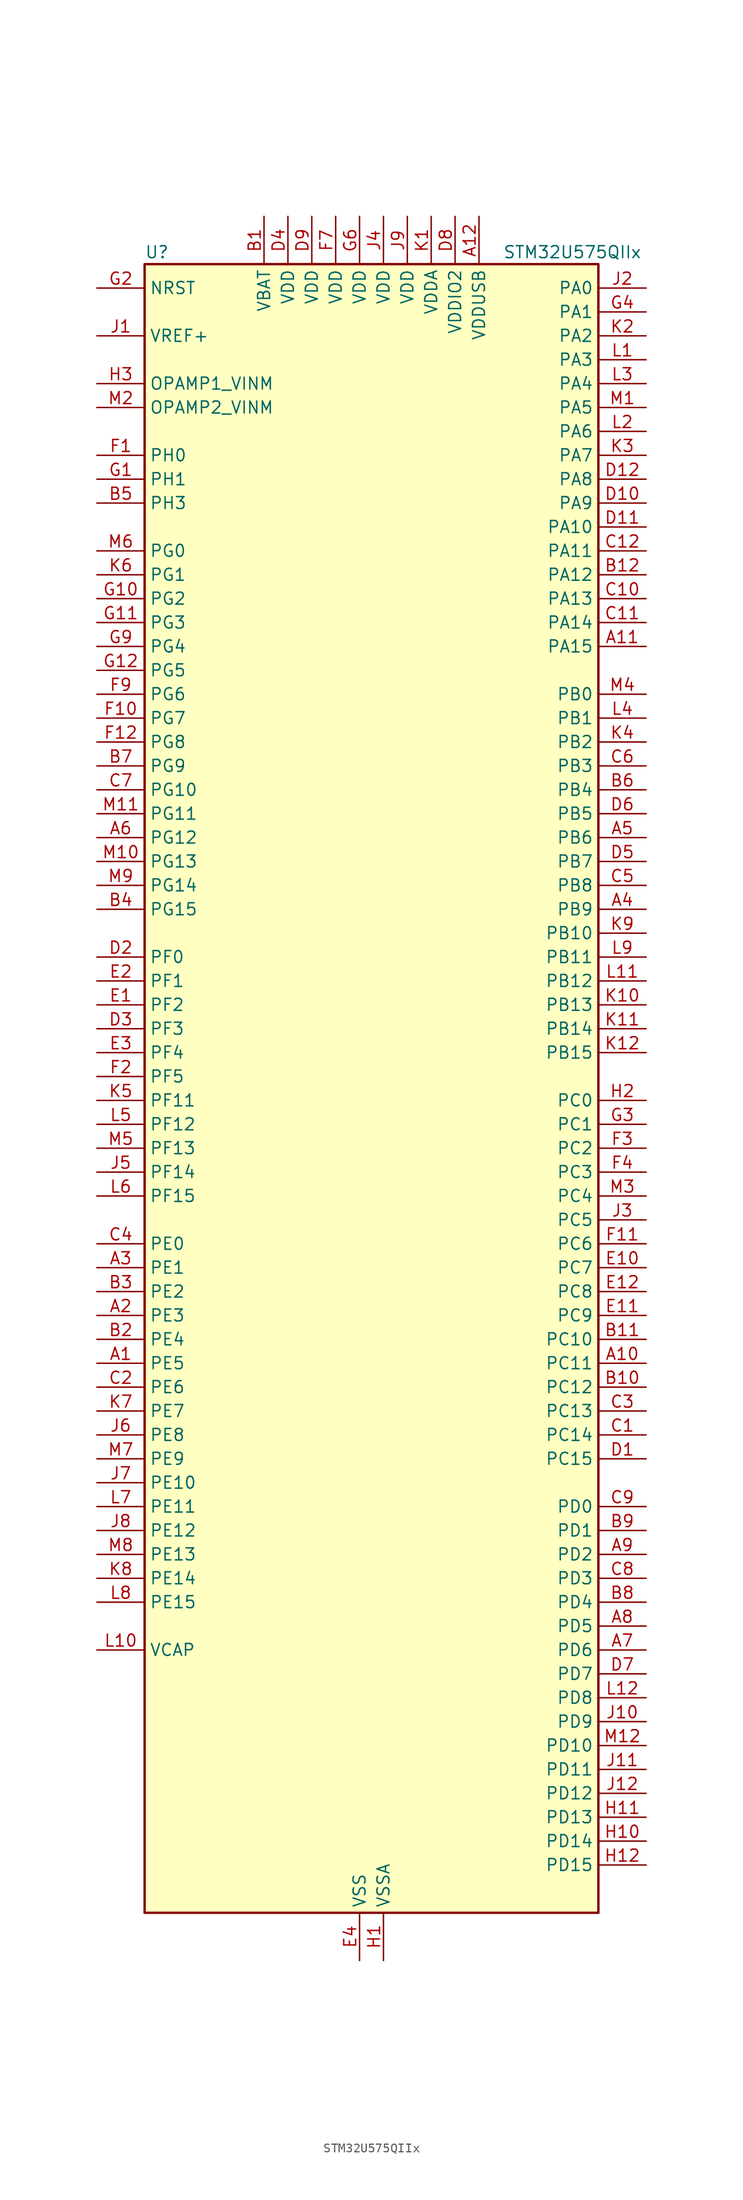
<source format=kicad_sym>
(kicad_symbol_lib
  (version 20211014)
  (generator kicad-library-utils)
  (symbol "STM32U575QIIx"
    (property "Reference" "U"
      (at -22.86 90.17 0)
      (effects (font (size 1.27 1.27)) (justify left)))
    (property "Value" "STM32U575QIIx"
      (at 15.24 90.17 0)
      (effects (font (size 1.27 1.27)) (justify left)))
    (property "ki_fp_filters" "*UFBGA*7x7mm*Layout12x12*P0.5mm*"
      (at 0.0 0.0 0.0)
      (effects (font (size 1.27 1.27))))
    (symbol "STM32U575QIIx_0_1"
      (rectangle (start -22.86 -86.36) (end 25.4 88.9) (stroke (width 0.254)) (fill (type background))))
    (symbol "STM32U575QIIx_1_1"
      (pin input line (at -27.94 86.36 0) (length 5.08) (name "NRST" (effects (font (size 1.27 1.27)))) (number "G2" (effects (font (size 1.27 1.27)))))
      (pin input line (at -27.94 81.28 0) (length 5.08) (name "VREF+" (effects (font (size 1.27 1.27)))) (number "J1" (effects (font (size 1.27 1.27)))) (alternate "VREFBUF_OUT" bidirectional line))
      (pin bidirectional line (at -27.94 76.2 0) (length 5.08) (name "OPAMP1_VINM" (effects (font (size 1.27 1.27)))) (number "H3" (effects (font (size 1.27 1.27)))) (alternate "OPAMP1_VINM" bidirectional line))
      (pin bidirectional line (at -27.94 73.66 0) (length 5.08) (name "OPAMP2_VINM" (effects (font (size 1.27 1.27)))) (number "M2" (effects (font (size 1.27 1.27)))) (alternate "OPAMP2_VINM" bidirectional line))
      (pin bidirectional line (at -27.94 68.58 0) (length 5.08) (name "PH0" (effects (font (size 1.27 1.27)))) (number "F1" (effects (font (size 1.27 1.27)))) (alternate "RCC_OSC_IN" bidirectional line))
      (pin bidirectional line (at -27.94 66.04 0) (length 5.08) (name "PH1" (effects (font (size 1.27 1.27)))) (number "G1" (effects (font (size 1.27 1.27)))) (alternate "RCC_OSC_OUT" bidirectional line))
      (pin bidirectional line (at -27.94 63.5 0) (length 5.08) (name "PH3" (effects (font (size 1.27 1.27)))) (number "B5" (effects (font (size 1.27 1.27)))))
      (pin bidirectional line (at -27.94 58.42 0) (length 5.08) (name "PG0" (effects (font (size 1.27 1.27)))) (number "M6" (effects (font (size 1.27 1.27)))) (alternate "ADC4_IN7" bidirectional line) (alternate "FMC_A10" bidirectional line) (alternate "OCTOSPIM_P2_IO4" bidirectional line) (alternate "TSC_G8_IO3" bidirectional line))
      (pin bidirectional line (at -27.94 55.88 0) (length 5.08) (name "PG1" (effects (font (size 1.27 1.27)))) (number "K6" (effects (font (size 1.27 1.27)))) (alternate "ADC4_IN8" bidirectional line) (alternate "FMC_A11" bidirectional line) (alternate "OCTOSPIM_P2_IO5" bidirectional line) (alternate "TSC_G8_IO4" bidirectional line))
      (pin bidirectional line (at -27.94 53.34 0) (length 5.08) (name "PG2" (effects (font (size 1.27 1.27)))) (number "G10" (effects (font (size 1.27 1.27)))) (alternate "FMC_A12" bidirectional line) (alternate "SAI2_SCK_B" bidirectional line) (alternate "SPI1_SCK" bidirectional line))
      (pin bidirectional line (at -27.94 50.8 0) (length 5.08) (name "PG3" (effects (font (size 1.27 1.27)))) (number "G11" (effects (font (size 1.27 1.27)))) (alternate "FMC_A13" bidirectional line) (alternate "SAI2_FS_B" bidirectional line) (alternate "SPI1_MISO" bidirectional line))
      (pin bidirectional line (at -27.94 48.26 0) (length 5.08) (name "PG4" (effects (font (size 1.27 1.27)))) (number "G9" (effects (font (size 1.27 1.27)))) (alternate "FMC_A14" bidirectional line) (alternate "SAI2_MCLK_B" bidirectional line) (alternate "SPI1_MOSI" bidirectional line))
      (pin bidirectional line (at -27.94 45.72 0) (length 5.08) (name "PG5" (effects (font (size 1.27 1.27)))) (number "G12" (effects (font (size 1.27 1.27)))) (alternate "FMC_A15" bidirectional line) (alternate "LPUART1_CTS" bidirectional line) (alternate "SAI2_SD_B" bidirectional line) (alternate "SPI1_NSS" bidirectional line))
      (pin bidirectional line (at -27.94 43.18 0) (length 5.08) (name "PG6" (effects (font (size 1.27 1.27)))) (number "F9" (effects (font (size 1.27 1.27)))) (alternate "I2C3_SMBA" bidirectional line) (alternate "LPUART1_DE" bidirectional line) (alternate "LPUART1_RTS" bidirectional line) (alternate "OCTOSPIM_P1_DQS" bidirectional line) (alternate "SPI1_RDY" bidirectional line) (alternate "UCPD1_FRSTX1" bidirectional line))
      (pin bidirectional line (at -27.94 40.64 0) (length 5.08) (name "PG7" (effects (font (size 1.27 1.27)))) (number "F10" (effects (font (size 1.27 1.27)))) (alternate "FMC_INT" bidirectional line) (alternate "I2C3_SCL" bidirectional line) (alternate "LPUART1_TX" bidirectional line) (alternate "MDF1_CCK0" bidirectional line) (alternate "OCTOSPIM_P2_DQS" bidirectional line) (alternate "SAI1_CK1" bidirectional line) (alternate "SAI1_MCLK_A" bidirectional line) (alternate "UCPD1_FRSTX2" bidirectional line))
      (pin bidirectional line (at -27.94 38.1 0) (length 5.08) (name "PG8" (effects (font (size 1.27 1.27)))) (number "F12" (effects (font (size 1.27 1.27)))) (alternate "I2C3_SDA" bidirectional line) (alternate "LPUART1_RX" bidirectional line))
      (pin bidirectional line (at -27.94 35.56 0) (length 5.08) (name "PG9" (effects (font (size 1.27 1.27)))) (number "B7" (effects (font (size 1.27 1.27)))) (alternate "DAC1_EXTI9" bidirectional line) (alternate "FMC_NCE" bidirectional line) (alternate "FMC_NE2" bidirectional line) (alternate "OCTOSPIM_P2_IO6" bidirectional line) (alternate "SAI2_SCK_A" bidirectional line) (alternate "SPI3_SCK" bidirectional line) (alternate "TIM15_CH1N" bidirectional line) (alternate "USART1_TX" bidirectional line))
      (pin bidirectional line (at -27.94 33.02 0) (length 5.08) (name "PG10" (effects (font (size 1.27 1.27)))) (number "C7" (effects (font (size 1.27 1.27)))) (alternate "FMC_NE3" bidirectional line) (alternate "LPTIM1_IN1" bidirectional line) (alternate "OCTOSPIM_P2_IO7" bidirectional line) (alternate "SAI2_FS_A" bidirectional line) (alternate "SPI3_MISO" bidirectional line) (alternate "TIM15_CH1" bidirectional line) (alternate "USART1_RX" bidirectional line))
      (pin bidirectional line (at -27.94 30.48 0) (length 5.08) (name "PG11" (effects (font (size 1.27 1.27)))) (number "M11" (effects (font (size 1.27 1.27)))) (alternate "ADC1_EXTI11" bidirectional line) (alternate "LPTIM1_IN2" bidirectional line) (alternate "OCTOSPIM_P1_IO5" bidirectional line) (alternate "SAI2_MCLK_A" bidirectional line) (alternate "SPI3_MOSI" bidirectional line) (alternate "TIM15_CH2" bidirectional line) (alternate "USART1_CTS" bidirectional line))
      (pin bidirectional line (at -27.94 27.94 0) (length 5.08) (name "PG12" (effects (font (size 1.27 1.27)))) (number "A6" (effects (font (size 1.27 1.27)))) (alternate "FMC_NE4" bidirectional line) (alternate "LPTIM1_ETR" bidirectional line) (alternate "OCTOSPIM_P2_NCS" bidirectional line) (alternate "SAI2_SD_A" bidirectional line) (alternate "SPI3_NSS" bidirectional line) (alternate "USART1_DE" bidirectional line) (alternate "USART1_RTS" bidirectional line))
      (pin bidirectional line (at -27.94 25.4 0) (length 5.08) (name "PG13" (effects (font (size 1.27 1.27)))) (number "M10" (effects (font (size 1.27 1.27)))) (alternate "FMC_A24" bidirectional line) (alternate "I2C1_SDA" bidirectional line) (alternate "SPI3_RDY" bidirectional line) (alternate "USART1_CK" bidirectional line))
      (pin bidirectional line (at -27.94 22.86 0) (length 5.08) (name "PG14" (effects (font (size 1.27 1.27)))) (number "M9" (effects (font (size 1.27 1.27)))) (alternate "FMC_A25" bidirectional line) (alternate "I2C1_SCL" bidirectional line) (alternate "LPTIM1_CH2" bidirectional line))
      (pin bidirectional line (at -27.94 20.32 0) (length 5.08) (name "PG15" (effects (font (size 1.27 1.27)))) (number "B4" (effects (font (size 1.27 1.27)))) (alternate "ADC1_EXTI15" bidirectional line) (alternate "ADC4_EXTI15" bidirectional line) (alternate "DCMI_D13" bidirectional line) (alternate "I2C1_SMBA" bidirectional line) (alternate "LPTIM1_CH1" bidirectional line) (alternate "OCTOSPIM_P2_DQS" bidirectional line) (alternate "PSSI_D13" bidirectional line))
      (pin bidirectional line (at -27.94 15.24 0) (length 5.08) (name "PF0" (effects (font (size 1.27 1.27)))) (number "D2" (effects (font (size 1.27 1.27)))) (alternate "FMC_A0" bidirectional line) (alternate "I2C2_SDA" bidirectional line) (alternate "OCTOSPIM_P2_IO0" bidirectional line))
      (pin bidirectional line (at -27.94 12.7 0) (length 5.08) (name "PF1" (effects (font (size 1.27 1.27)))) (number "E2" (effects (font (size 1.27 1.27)))) (alternate "FMC_A1" bidirectional line) (alternate "I2C2_SCL" bidirectional line) (alternate "OCTOSPIM_P2_IO1" bidirectional line))
      (pin bidirectional line (at -27.94 10.16 0) (length 5.08) (name "PF2" (effects (font (size 1.27 1.27)))) (number "E1" (effects (font (size 1.27 1.27)))) (alternate "FMC_A2" bidirectional line) (alternate "I2C2_SMBA" bidirectional line) (alternate "LPTIM3_CH2" bidirectional line) (alternate "OCTOSPIM_P2_IO2" bidirectional line) (alternate "PWR_WKUP8" bidirectional line))
      (pin bidirectional line (at -27.94 7.62 0) (length 5.08) (name "PF3" (effects (font (size 1.27 1.27)))) (number "D3" (effects (font (size 1.27 1.27)))) (alternate "FMC_A3" bidirectional line) (alternate "LPTIM3_IN1" bidirectional line) (alternate "OCTOSPIM_P2_IO3" bidirectional line))
      (pin bidirectional line (at -27.94 5.08 0) (length 5.08) (name "PF4" (effects (font (size 1.27 1.27)))) (number "E3" (effects (font (size 1.27 1.27)))) (alternate "FMC_A4" bidirectional line) (alternate "LPTIM3_ETR" bidirectional line) (alternate "OCTOSPIM_P2_CLK" bidirectional line))
      (pin bidirectional line (at -27.94 2.54 0) (length 5.08) (name "PF5" (effects (font (size 1.27 1.27)))) (number "F2" (effects (font (size 1.27 1.27)))) (alternate "FMC_A5" bidirectional line) (alternate "LPTIM3_CH1" bidirectional line) (alternate "OCTOSPIM_P2_NCLK" bidirectional line))
      (pin bidirectional line (at -27.94 0.0 0) (length 5.08) (name "PF11" (effects (font (size 1.27 1.27)))) (number "K5" (effects (font (size 1.27 1.27)))) (alternate "ADC1_EXTI11" bidirectional line) (alternate "DCMI_D12" bidirectional line) (alternate "LPTIM4_IN1" bidirectional line) (alternate "OCTOSPIM_P1_NCLK" bidirectional line) (alternate "PSSI_D12" bidirectional line))
      (pin bidirectional line (at -27.94 -2.54 0) (length 5.08) (name "PF12" (effects (font (size 1.27 1.27)))) (number "L5" (effects (font (size 1.27 1.27)))) (alternate "FMC_A6" bidirectional line) (alternate "LPTIM4_ETR" bidirectional line) (alternate "OCTOSPIM_P2_DQS" bidirectional line))
      (pin bidirectional line (at -27.94 -5.08 0) (length 5.08) (name "PF13" (effects (font (size 1.27 1.27)))) (number "M5" (effects (font (size 1.27 1.27)))) (alternate "FMC_A7" bidirectional line) (alternate "I2C4_SMBA" bidirectional line) (alternate "LPTIM4_OUT" bidirectional line) (alternate "UCPD1_FRSTX2" bidirectional line))
      (pin bidirectional line (at -27.94 -7.62 0) (length 5.08) (name "PF14" (effects (font (size 1.27 1.27)))) (number "J5" (effects (font (size 1.27 1.27)))) (alternate "ADC4_IN5" bidirectional line) (alternate "FMC_A8" bidirectional line) (alternate "I2C4_SCL" bidirectional line) (alternate "TSC_G8_IO1" bidirectional line))
      (pin bidirectional line (at -27.94 -10.16 0) (length 5.08) (name "PF15" (effects (font (size 1.27 1.27)))) (number "L6" (effects (font (size 1.27 1.27)))) (alternate "ADC1_EXTI15" bidirectional line) (alternate "ADC4_EXTI15" bidirectional line) (alternate "ADC4_IN6" bidirectional line) (alternate "FMC_A9" bidirectional line) (alternate "I2C4_SDA" bidirectional line) (alternate "TSC_G8_IO2" bidirectional line))
      (pin bidirectional line (at -27.94 -15.24 0) (length 5.08) (name "PE0" (effects (font (size 1.27 1.27)))) (number "C4" (effects (font (size 1.27 1.27)))) (alternate "DCMI_D2" bidirectional line) (alternate "FMC_NBL0" bidirectional line) (alternate "PSSI_D2" bidirectional line) (alternate "TIM16_CH1" bidirectional line) (alternate "TIM4_ETR" bidirectional line))
      (pin bidirectional line (at -27.94 -17.78 0) (length 5.08) (name "PE1" (effects (font (size 1.27 1.27)))) (number "A3" (effects (font (size 1.27 1.27)))) (alternate "DCMI_D3" bidirectional line) (alternate "FMC_NBL1" bidirectional line) (alternate "PSSI_D3" bidirectional line) (alternate "TIM17_CH1" bidirectional line))
      (pin bidirectional line (at -27.94 -20.32 0) (length 5.08) (name "PE2" (effects (font (size 1.27 1.27)))) (number "B3" (effects (font (size 1.27 1.27)))) (alternate "DEBUG_TRACECLK" bidirectional line) (alternate "FMC_A23" bidirectional line) (alternate "SAI1_CK1" bidirectional line) (alternate "SAI1_MCLK_A" bidirectional line) (alternate "TIM3_ETR" bidirectional line) (alternate "TSC_G7_IO1" bidirectional line))
      (pin bidirectional line (at -27.94 -22.86 0) (length 5.08) (name "PE3" (effects (font (size 1.27 1.27)))) (number "A2" (effects (font (size 1.27 1.27)))) (alternate "DEBUG_TRACED0" bidirectional line) (alternate "FMC_A19" bidirectional line) (alternate "OCTOSPIM_P1_DQS" bidirectional line) (alternate "SAI1_SD_B" bidirectional line) (alternate "TAMP_IN6" bidirectional line) (alternate "TAMP_OUT3" bidirectional line) (alternate "TIM3_CH1" bidirectional line) (alternate "TSC_G7_IO2" bidirectional line))
      (pin bidirectional line (at -27.94 -25.4 0) (length 5.08) (name "PE4" (effects (font (size 1.27 1.27)))) (number "B2" (effects (font (size 1.27 1.27)))) (alternate "DCMI_D4" bidirectional line) (alternate "DEBUG_TRACED1" bidirectional line) (alternate "FMC_A20" bidirectional line) (alternate "MDF1_SDI3" bidirectional line) (alternate "PSSI_D4" bidirectional line) (alternate "PWR_WKUP1" bidirectional line) (alternate "SAI1_D2" bidirectional line) (alternate "SAI1_FS_A" bidirectional line) (alternate "TAMP_IN7" bidirectional line) (alternate "TAMP_OUT8" bidirectional line) (alternate "TIM3_CH2" bidirectional line) (alternate "TSC_G7_IO3" bidirectional line))
      (pin bidirectional line (at -27.94 -27.94 0) (length 5.08) (name "PE5" (effects (font (size 1.27 1.27)))) (number "A1" (effects (font (size 1.27 1.27)))) (alternate "DCMI_D6" bidirectional line) (alternate "DEBUG_TRACED2" bidirectional line) (alternate "FMC_A21" bidirectional line) (alternate "MDF1_CKI3" bidirectional line) (alternate "PSSI_D6" bidirectional line) (alternate "PWR_WKUP2" bidirectional line) (alternate "SAI1_CK2" bidirectional line) (alternate "SAI1_SCK_A" bidirectional line) (alternate "TAMP_IN8" bidirectional line) (alternate "TAMP_OUT7" bidirectional line) (alternate "TIM3_CH3" bidirectional line) (alternate "TSC_G7_IO4" bidirectional line))
      (pin bidirectional line (at -27.94 -30.48 0) (length 5.08) (name "PE6" (effects (font (size 1.27 1.27)))) (number "C2" (effects (font (size 1.27 1.27)))) (alternate "DCMI_D7" bidirectional line) (alternate "DEBUG_TRACED3" bidirectional line) (alternate "FMC_A22" bidirectional line) (alternate "PSSI_D7" bidirectional line) (alternate "PWR_WKUP3" bidirectional line) (alternate "SAI1_D1" bidirectional line) (alternate "SAI1_SD_A" bidirectional line) (alternate "TAMP_IN3" bidirectional line) (alternate "TAMP_OUT6" bidirectional line) (alternate "TIM3_CH4" bidirectional line))
      (pin bidirectional line (at -27.94 -33.02 0) (length 5.08) (name "PE7" (effects (font (size 1.27 1.27)))) (number "K7" (effects (font (size 1.27 1.27)))) (alternate "FMC_D4" bidirectional line) (alternate "FMC_DA4" bidirectional line) (alternate "MDF1_SDI2" bidirectional line) (alternate "PWR_WKUP6" bidirectional line) (alternate "SAI1_SD_B" bidirectional line) (alternate "TIM1_ETR" bidirectional line))
      (pin bidirectional line (at -27.94 -35.56 0) (length 5.08) (name "PE8" (effects (font (size 1.27 1.27)))) (number "J6" (effects (font (size 1.27 1.27)))) (alternate "FMC_D5" bidirectional line) (alternate "FMC_DA5" bidirectional line) (alternate "MDF1_CKI2" bidirectional line) (alternate "PWR_WKUP7" bidirectional line) (alternate "SAI1_SCK_B" bidirectional line) (alternate "TIM1_CH1N" bidirectional line))
      (pin bidirectional line (at -27.94 -38.1 0) (length 5.08) (name "PE9" (effects (font (size 1.27 1.27)))) (number "M7" (effects (font (size 1.27 1.27)))) (alternate "ADF1_CCK0" bidirectional line) (alternate "DAC1_EXTI9" bidirectional line) (alternate "FMC_D6" bidirectional line) (alternate "FMC_DA6" bidirectional line) (alternate "MDF1_CCK0" bidirectional line) (alternate "OCTOSPIM_P1_NCLK" bidirectional line) (alternate "SAI1_FS_B" bidirectional line) (alternate "TIM1_CH1" bidirectional line))
      (pin bidirectional line (at -27.94 -40.64 0) (length 5.08) (name "PE10" (effects (font (size 1.27 1.27)))) (number "J7" (effects (font (size 1.27 1.27)))) (alternate "ADF1_SDI0" bidirectional line) (alternate "FMC_D7" bidirectional line) (alternate "FMC_DA7" bidirectional line) (alternate "MDF1_SDI4" bidirectional line) (alternate "OCTOSPIM_P1_CLK" bidirectional line) (alternate "SAI1_MCLK_B" bidirectional line) (alternate "TIM1_CH2N" bidirectional line) (alternate "TSC_G5_IO1" bidirectional line))
      (pin bidirectional line (at -27.94 -43.18 0) (length 5.08) (name "PE11" (effects (font (size 1.27 1.27)))) (number "L7" (effects (font (size 1.27 1.27)))) (alternate "ADC1_EXTI11" bidirectional line) (alternate "FMC_D8" bidirectional line) (alternate "FMC_DA8" bidirectional line) (alternate "MDF1_CKI4" bidirectional line) (alternate "OCTOSPIM_P1_NCS" bidirectional line) (alternate "SPI1_RDY" bidirectional line) (alternate "TIM1_CH2" bidirectional line) (alternate "TSC_G5_IO2" bidirectional line))
      (pin bidirectional line (at -27.94 -45.72 0) (length 5.08) (name "PE12" (effects (font (size 1.27 1.27)))) (number "J8" (effects (font (size 1.27 1.27)))) (alternate "FMC_D9" bidirectional line) (alternate "FMC_DA9" bidirectional line) (alternate "MDF1_SDI5" bidirectional line) (alternate "OCTOSPIM_P1_IO0" bidirectional line) (alternate "SPI1_NSS" bidirectional line) (alternate "TIM1_CH3N" bidirectional line) (alternate "TSC_G5_IO3" bidirectional line))
      (pin bidirectional line (at -27.94 -48.26 0) (length 5.08) (name "PE13" (effects (font (size 1.27 1.27)))) (number "M8" (effects (font (size 1.27 1.27)))) (alternate "FMC_D10" bidirectional line) (alternate "FMC_DA10" bidirectional line) (alternate "MDF1_CKI5" bidirectional line) (alternate "OCTOSPIM_P1_IO1" bidirectional line) (alternate "SPI1_SCK" bidirectional line) (alternate "TIM1_CH3" bidirectional line) (alternate "TSC_G5_IO4" bidirectional line))
      (pin bidirectional line (at -27.94 -50.8 0) (length 5.08) (name "PE14" (effects (font (size 1.27 1.27)))) (number "K8" (effects (font (size 1.27 1.27)))) (alternate "FMC_D11" bidirectional line) (alternate "FMC_DA11" bidirectional line) (alternate "OCTOSPIM_P1_IO2" bidirectional line) (alternate "SPI1_MISO" bidirectional line) (alternate "TIM1_BKIN2" bidirectional line) (alternate "TIM1_CH4" bidirectional line))
      (pin bidirectional line (at -27.94 -53.34 0) (length 5.08) (name "PE15" (effects (font (size 1.27 1.27)))) (number "L8" (effects (font (size 1.27 1.27)))) (alternate "ADC1_EXTI15" bidirectional line) (alternate "ADC4_EXTI15" bidirectional line) (alternate "FMC_D12" bidirectional line) (alternate "FMC_DA12" bidirectional line) (alternate "OCTOSPIM_P1_IO3" bidirectional line) (alternate "SPI1_MOSI" bidirectional line) (alternate "TIM1_BKIN" bidirectional line) (alternate "TIM1_CH4N" bidirectional line))
      (pin power_out line (at -27.94 -58.42 0) (length 5.08) (name "VCAP" (effects (font (size 1.27 1.27)))) (number "L10" (effects (font (size 1.27 1.27)))))
      (pin bidirectional line (at 30.48 86.36 180) (length 5.08) (name "PA0" (effects (font (size 1.27 1.27)))) (number "J2" (effects (font (size 1.27 1.27)))) (alternate "ADC1_IN5" bidirectional line) (alternate "AUDIOCLK" bidirectional line) (alternate "OCTOSPIM_P2_NCS" bidirectional line) (alternate "OPAMP1_VINP" bidirectional line) (alternate "PWR_WKUP1" bidirectional line) (alternate "SDMMC2_CMD" bidirectional line) (alternate "SPI3_RDY" bidirectional line) (alternate "TAMP_IN2" bidirectional line) (alternate "TAMP_OUT1" bidirectional line) (alternate "TIM2_CH1" bidirectional line) (alternate "TIM2_ETR" bidirectional line) (alternate "TIM5_CH1" bidirectional line) (alternate "TIM8_ETR" bidirectional line) (alternate "UART4_TX" bidirectional line) (alternate "USART2_CTS" bidirectional line))
      (pin bidirectional line (at 30.48 83.82 180) (length 5.08) (name "PA1" (effects (font (size 1.27 1.27)))) (number "G4" (effects (font (size 1.27 1.27)))) (alternate "ADC1_IN6" bidirectional line) (alternate "I2C1_SMBA" bidirectional line) (alternate "LPTIM1_CH2" bidirectional line) (alternate "OCTOSPIM_P1_DQS" bidirectional line) (alternate "OPAMP1_VINM" bidirectional line) (alternate "PWR_WKUP3" bidirectional line) (alternate "SPI1_SCK" bidirectional line) (alternate "TAMP_IN5" bidirectional line) (alternate "TAMP_OUT4" bidirectional line) (alternate "TIM15_CH1N" bidirectional line) (alternate "TIM2_CH2" bidirectional line) (alternate "TIM5_CH2" bidirectional line) (alternate "UART4_RX" bidirectional line) (alternate "USART2_DE" bidirectional line) (alternate "USART2_RTS" bidirectional line))
      (pin bidirectional line (at 30.48 81.28 180) (length 5.08) (name "PA2" (effects (font (size 1.27 1.27)))) (number "K2" (effects (font (size 1.27 1.27)))) (alternate "ADC1_IN7" bidirectional line) (alternate "COMP1_INP" bidirectional line) (alternate "LPUART1_TX" bidirectional line) (alternate "OCTOSPIM_P1_NCS" bidirectional line) (alternate "PWR_WKUP4" bidirectional line) (alternate "RCC_LSCO" bidirectional line) (alternate "SPI1_RDY" bidirectional line) (alternate "TIM15_CH1" bidirectional line) (alternate "TIM2_CH3" bidirectional line) (alternate "TIM5_CH3" bidirectional line) (alternate "UCPD1_FRSTX1" bidirectional line) (alternate "USART2_TX" bidirectional line))
      (pin bidirectional line (at 30.48 78.74 180) (length 5.08) (name "PA3" (effects (font (size 1.27 1.27)))) (number "L1" (effects (font (size 1.27 1.27)))) (alternate "ADC1_IN8" bidirectional line) (alternate "LPUART1_RX" bidirectional line) (alternate "OCTOSPIM_P1_CLK" bidirectional line) (alternate "OPAMP1_VOUT" bidirectional line) (alternate "PWR_WKUP5" bidirectional line) (alternate "SAI1_CK1" bidirectional line) (alternate "SAI1_MCLK_A" bidirectional line) (alternate "TIM15_CH2" bidirectional line) (alternate "TIM2_CH4" bidirectional line) (alternate "TIM5_CH4" bidirectional line) (alternate "USART2_RX" bidirectional line))
      (pin bidirectional line (at 30.48 76.2 180) (length 5.08) (name "PA4" (effects (font (size 1.27 1.27)))) (number "L3" (effects (font (size 1.27 1.27)))) (alternate "ADC1_IN9" bidirectional line) (alternate "ADC4_IN9" bidirectional line) (alternate "DAC1_OUT1" bidirectional line) (alternate "DCMI_HSYNC" bidirectional line) (alternate "LPTIM2_CH1" bidirectional line) (alternate "OCTOSPIM_P1_NCS" bidirectional line) (alternate "PSSI_DE" bidirectional line) (alternate "PWR_WKUP2" bidirectional line) (alternate "SAI1_FS_B" bidirectional line) (alternate "SPI1_NSS" bidirectional line) (alternate "SPI3_NSS" bidirectional line) (alternate "USART2_CK" bidirectional line))
      (pin bidirectional line (at 30.48 73.66 180) (length 5.08) (name "PA5" (effects (font (size 1.27 1.27)))) (number "M1" (effects (font (size 1.27 1.27)))) (alternate "ADC1_IN10" bidirectional line) (alternate "ADC4_IN10" bidirectional line) (alternate "DAC1_OUT2" bidirectional line) (alternate "LPTIM2_ETR" bidirectional line) (alternate "PSSI_D14" bidirectional line) (alternate "PWR_CSLEEP" bidirectional line) (alternate "PWR_WKUP6" bidirectional line) (alternate "SPI1_SCK" bidirectional line) (alternate "TIM2_CH1" bidirectional line) (alternate "TIM2_ETR" bidirectional line) (alternate "TIM8_CH1N" bidirectional line) (alternate "USART3_RX" bidirectional line))
      (pin bidirectional line (at 30.48 71.12 180) (length 5.08) (name "PA6" (effects (font (size 1.27 1.27)))) (number "L2" (effects (font (size 1.27 1.27)))) (alternate "ADC1_IN11" bidirectional line) (alternate "ADC4_IN11" bidirectional line) (alternate "DCMI_PIXCLK" bidirectional line) (alternate "LPUART1_CTS" bidirectional line) (alternate "OCTOSPIM_P1_IO3" bidirectional line) (alternate "OPAMP2_VINP" bidirectional line) (alternate "PSSI_PDCK" bidirectional line) (alternate "PWR_CDSTOP" bidirectional line) (alternate "PWR_WKUP7" bidirectional line) (alternate "SPI1_MISO" bidirectional line) (alternate "TIM16_CH1" bidirectional line) (alternate "TIM1_BKIN" bidirectional line) (alternate "TIM3_CH1" bidirectional line) (alternate "TIM8_BKIN" bidirectional line) (alternate "USART3_CTS" bidirectional line))
      (pin bidirectional line (at 30.48 68.58 180) (length 5.08) (name "PA7" (effects (font (size 1.27 1.27)))) (number "K3" (effects (font (size 1.27 1.27)))) (alternate "ADC1_IN12" bidirectional line) (alternate "ADC4_IN20" bidirectional line) (alternate "I2C3_SCL" bidirectional line) (alternate "LPTIM2_CH2" bidirectional line) (alternate "OCTOSPIM_P1_IO2" bidirectional line) (alternate "OPAMP2_VINM" bidirectional line) (alternate "PWR_SRDSTOP" bidirectional line) (alternate "PWR_WKUP8" bidirectional line) (alternate "SPI1_MOSI" bidirectional line) (alternate "TIM17_CH1" bidirectional line) (alternate "TIM1_CH1N" bidirectional line) (alternate "TIM3_CH2" bidirectional line) (alternate "TIM8_CH1N" bidirectional line) (alternate "USART3_TX" bidirectional line))
      (pin bidirectional line (at 30.48 66.04 180) (length 5.08) (name "PA8" (effects (font (size 1.27 1.27)))) (number "D12" (effects (font (size 1.27 1.27)))) (alternate "DEBUG_TRACECLK" bidirectional line) (alternate "LPTIM2_CH1" bidirectional line) (alternate "RCC_MCO" bidirectional line) (alternate "SAI1_CK2" bidirectional line) (alternate "SAI1_SCK_A" bidirectional line) (alternate "SPI1_RDY" bidirectional line) (alternate "TIM1_CH1" bidirectional line) (alternate "USART1_CK" bidirectional line) (alternate "USB_OTG_FS_SOF" bidirectional line))
      (pin bidirectional line (at 30.48 63.5 180) (length 5.08) (name "PA9" (effects (font (size 1.27 1.27)))) (number "D10" (effects (font (size 1.27 1.27)))) (alternate "DAC1_EXTI9" bidirectional line) (alternate "DCMI_D0" bidirectional line) (alternate "PSSI_D0" bidirectional line) (alternate "SAI1_FS_A" bidirectional line) (alternate "SPI2_SCK" bidirectional line) (alternate "TIM15_BKIN" bidirectional line) (alternate "TIM1_CH2" bidirectional line) (alternate "USART1_TX" bidirectional line) (alternate "USB_OTG_FS_VBUS" bidirectional line))
      (pin bidirectional line (at 30.48 60.96 180) (length 5.08) (name "PA10" (effects (font (size 1.27 1.27)))) (number "D11" (effects (font (size 1.27 1.27)))) (alternate "CRS_SYNC" bidirectional line) (alternate "DCMI_D1" bidirectional line) (alternate "LPTIM2_IN2" bidirectional line) (alternate "PSSI_D1" bidirectional line) (alternate "SAI1_D1" bidirectional line) (alternate "SAI1_SD_A" bidirectional line) (alternate "TIM17_BKIN" bidirectional line) (alternate "TIM1_CH3" bidirectional line) (alternate "USART1_RX" bidirectional line) (alternate "USB_OTG_FS_ID" bidirectional line))
      (pin bidirectional line (at 30.48 58.42 180) (length 5.08) (name "PA11" (effects (font (size 1.27 1.27)))) (number "C12" (effects (font (size 1.27 1.27)))) (alternate "ADC1_EXTI11" bidirectional line) (alternate "FDCAN1_RX" bidirectional line) (alternate "SPI1_MISO" bidirectional line) (alternate "TIM1_BKIN2" bidirectional line) (alternate "TIM1_CH4" bidirectional line) (alternate "USART1_CTS" bidirectional line) (alternate "USB_OTG_FS_DM" bidirectional line))
      (pin bidirectional line (at 30.48 55.88 180) (length 5.08) (name "PA12" (effects (font (size 1.27 1.27)))) (number "B12" (effects (font (size 1.27 1.27)))) (alternate "FDCAN1_TX" bidirectional line) (alternate "OCTOSPIM_P2_NCS" bidirectional line) (alternate "SPI1_MOSI" bidirectional line) (alternate "TIM1_ETR" bidirectional line) (alternate "USART1_DE" bidirectional line) (alternate "USART1_RTS" bidirectional line) (alternate "USB_OTG_FS_DP" bidirectional line))
      (pin bidirectional line (at 30.48 53.34 180) (length 5.08) (name "PA13" (effects (font (size 1.27 1.27)))) (number "C10" (effects (font (size 1.27 1.27)))) (alternate "DEBUG_JTMS-SWDIO" bidirectional line) (alternate "IR_OUT" bidirectional line) (alternate "SAI1_SD_B" bidirectional line) (alternate "USB_OTG_FS_NOE" bidirectional line))
      (pin bidirectional line (at 30.48 50.8 180) (length 5.08) (name "PA14" (effects (font (size 1.27 1.27)))) (number "C11" (effects (font (size 1.27 1.27)))) (alternate "DEBUG_JTCK-SWCLK" bidirectional line) (alternate "I2C1_SMBA" bidirectional line) (alternate "I2C4_SMBA" bidirectional line) (alternate "LPTIM1_CH1" bidirectional line) (alternate "SAI1_FS_B" bidirectional line) (alternate "USB_OTG_FS_SOF" bidirectional line))
      (pin bidirectional line (at 30.48 48.26 180) (length 5.08) (name "PA15" (effects (font (size 1.27 1.27)))) (number "A11" (effects (font (size 1.27 1.27)))) (alternate "ADC1_EXTI15" bidirectional line) (alternate "ADC4_EXTI15" bidirectional line) (alternate "DEBUG_JTDI" bidirectional line) (alternate "SAI2_FS_B" bidirectional line) (alternate "SPI1_NSS" bidirectional line) (alternate "SPI3_NSS" bidirectional line) (alternate "TIM2_CH1" bidirectional line) (alternate "TIM2_ETR" bidirectional line) (alternate "UART4_DE" bidirectional line) (alternate "UART4_RTS" bidirectional line) (alternate "UCPD1_CC1" bidirectional line) (alternate "USART2_RX" bidirectional line) (alternate "USART3_DE" bidirectional line) (alternate "USART3_RTS" bidirectional line))
      (pin bidirectional line (at 30.48 43.18 180) (length 5.08) (name "PB0" (effects (font (size 1.27 1.27)))) (number "M4" (effects (font (size 1.27 1.27)))) (alternate "ADC1_IN15" bidirectional line) (alternate "ADC4_IN18" bidirectional line) (alternate "AUDIOCLK" bidirectional line) (alternate "COMP1_OUT" bidirectional line) (alternate "LPTIM3_CH1" bidirectional line) (alternate "OCTOSPIM_P1_IO1" bidirectional line) (alternate "OPAMP2_VOUT" bidirectional line) (alternate "SPI1_NSS" bidirectional line) (alternate "TIM1_CH2N" bidirectional line) (alternate "TIM3_CH3" bidirectional line) (alternate "TIM8_CH2N" bidirectional line) (alternate "USART3_CK" bidirectional line))
      (pin bidirectional line (at 30.48 40.64 180) (length 5.08) (name "PB1" (effects (font (size 1.27 1.27)))) (number "L4" (effects (font (size 1.27 1.27)))) (alternate "ADC1_IN16" bidirectional line) (alternate "ADC4_IN19" bidirectional line) (alternate "COMP1_INM" bidirectional line) (alternate "LPTIM2_IN1" bidirectional line) (alternate "LPTIM3_CH2" bidirectional line) (alternate "LPUART1_DE" bidirectional line) (alternate "LPUART1_RTS" bidirectional line) (alternate "MDF1_SDI0" bidirectional line) (alternate "OCTOSPIM_P1_IO0" bidirectional line) (alternate "PWR_WKUP4" bidirectional line) (alternate "TIM1_CH3N" bidirectional line) (alternate "TIM3_CH4" bidirectional line) (alternate "TIM8_CH3N" bidirectional line) (alternate "USART3_DE" bidirectional line) (alternate "USART3_RTS" bidirectional line))
      (pin bidirectional line (at 30.48 38.1 180) (length 5.08) (name "PB2" (effects (font (size 1.27 1.27)))) (number "K4" (effects (font (size 1.27 1.27)))) (alternate "ADC1_IN17" bidirectional line) (alternate "COMP1_INP" bidirectional line) (alternate "I2C3_SMBA" bidirectional line) (alternate "LPTIM1_CH1" bidirectional line) (alternate "MDF1_CKI0" bidirectional line) (alternate "OCTOSPIM_P1_DQS" bidirectional line) (alternate "PWR_WKUP1" bidirectional line) (alternate "RTC_OUT2" bidirectional line) (alternate "SPI1_RDY" bidirectional line) (alternate "TIM8_CH4N" bidirectional line) (alternate "UCPD1_FRSTX1" bidirectional line))
      (pin bidirectional line (at 30.48 35.56 180) (length 5.08) (name "PB3" (effects (font (size 1.27 1.27)))) (number "C6" (effects (font (size 1.27 1.27)))) (alternate "ADF1_CCK0" bidirectional line) (alternate "COMP2_INM" bidirectional line) (alternate "CRS_SYNC" bidirectional line) (alternate "DEBUG_JTDO-SWO" bidirectional line) (alternate "I2C1_SDA" bidirectional line) (alternate "LPTIM1_CH1" bidirectional line) (alternate "SAI1_SCK_B" bidirectional line) (alternate "SDMMC2_D2" bidirectional line) (alternate "SPI1_SCK" bidirectional line) (alternate "SPI3_SCK" bidirectional line) (alternate "TIM2_CH2" bidirectional line) (alternate "USART1_DE" bidirectional line) (alternate "USART1_RTS" bidirectional line))
      (pin bidirectional line (at 30.48 33.02 180) (length 5.08) (name "PB4" (effects (font (size 1.27 1.27)))) (number "B6" (effects (font (size 1.27 1.27)))) (alternate "ADF1_SDI0" bidirectional line) (alternate "COMP2_INP" bidirectional line) (alternate "DCMI_D12" bidirectional line) (alternate "DEBUG_JTRST" bidirectional line) (alternate "I2C3_SDA" bidirectional line) (alternate "LPTIM1_CH2" bidirectional line) (alternate "PSSI_D12" bidirectional line) (alternate "SAI1_MCLK_B" bidirectional line) (alternate "SDMMC2_D3" bidirectional line) (alternate "SPI1_MISO" bidirectional line) (alternate "SPI3_MISO" bidirectional line) (alternate "TIM17_BKIN" bidirectional line) (alternate "TIM3_CH1" bidirectional line) (alternate "TSC_G2_IO1" bidirectional line) (alternate "UART5_DE" bidirectional line) (alternate "UART5_RTS" bidirectional line) (alternate "USART1_CTS" bidirectional line))
      (pin bidirectional line (at 30.48 30.48 180) (length 5.08) (name "PB5" (effects (font (size 1.27 1.27)))) (number "D6" (effects (font (size 1.27 1.27)))) (alternate "COMP2_OUT" bidirectional line) (alternate "DCMI_D10" bidirectional line) (alternate "I2C1_SMBA" bidirectional line) (alternate "LPTIM1_IN1" bidirectional line) (alternate "OCTOSPIM_P1_NCLK" bidirectional line) (alternate "PSSI_D10" bidirectional line) (alternate "PWR_WKUP6" bidirectional line) (alternate "SAI1_SD_B" bidirectional line) (alternate "SPI1_MOSI" bidirectional line) (alternate "SPI3_MOSI" bidirectional line) (alternate "TIM16_BKIN" bidirectional line) (alternate "TIM3_CH2" bidirectional line) (alternate "TSC_G2_IO2" bidirectional line) (alternate "UART5_CTS" bidirectional line) (alternate "UCPD1_DBCC1" bidirectional line) (alternate "USART1_CK" bidirectional line))
      (pin bidirectional line (at 30.48 27.94 180) (length 5.08) (name "PB6" (effects (font (size 1.27 1.27)))) (number "A5" (effects (font (size 1.27 1.27)))) (alternate "COMP2_INP" bidirectional line) (alternate "DCMI_D5" bidirectional line) (alternate "I2C1_SCL" bidirectional line) (alternate "I2C4_SCL" bidirectional line) (alternate "LPTIM1_ETR" bidirectional line) (alternate "MDF1_SDI5" bidirectional line) (alternate "PSSI_D5" bidirectional line) (alternate "PWR_WKUP3" bidirectional line) (alternate "SAI1_FS_B" bidirectional line) (alternate "TIM16_CH1N" bidirectional line) (alternate "TIM4_CH1" bidirectional line) (alternate "TIM8_BKIN2" bidirectional line) (alternate "TSC_G2_IO3" bidirectional line) (alternate "USART1_TX" bidirectional line))
      (pin bidirectional line (at 30.48 25.4 180) (length 5.08) (name "PB7" (effects (font (size 1.27 1.27)))) (number "D5" (effects (font (size 1.27 1.27)))) (alternate "COMP2_INM" bidirectional line) (alternate "DCMI_VSYNC" bidirectional line) (alternate "FMC_NL" bidirectional line) (alternate "I2C1_SDA" bidirectional line) (alternate "I2C4_SDA" bidirectional line) (alternate "LPTIM1_IN2" bidirectional line) (alternate "MDF1_CKI5" bidirectional line) (alternate "PSSI_RDY" bidirectional line) (alternate "PWR_PVD_IN" bidirectional line) (alternate "PWR_WKUP4" bidirectional line) (alternate "TIM17_CH1N" bidirectional line) (alternate "TIM4_CH2" bidirectional line) (alternate "TIM8_BKIN" bidirectional line) (alternate "TSC_G2_IO4" bidirectional line) (alternate "UART4_CTS" bidirectional line) (alternate "USART1_RX" bidirectional line))
      (pin bidirectional line (at 30.48 22.86 180) (length 5.08) (name "PB8" (effects (font (size 1.27 1.27)))) (number "C5" (effects (font (size 1.27 1.27)))) (alternate "DCMI_D6" bidirectional line) (alternate "FDCAN1_RX" bidirectional line) (alternate "I2C1_SCL" bidirectional line) (alternate "MDF1_CCK0" bidirectional line) (alternate "PSSI_D6" bidirectional line) (alternate "PWR_WKUP5" bidirectional line) (alternate "SAI1_CK1" bidirectional line) (alternate "SAI1_MCLK_A" bidirectional line) (alternate "SDMMC1_CKIN" bidirectional line) (alternate "SDMMC1_D4" bidirectional line) (alternate "SDMMC2_D4" bidirectional line) (alternate "SPI3_RDY" bidirectional line) (alternate "TIM16_CH1" bidirectional line) (alternate "TIM4_CH3" bidirectional line))
      (pin bidirectional line (at 30.48 20.32 180) (length 5.08) (name "PB9" (effects (font (size 1.27 1.27)))) (number "A4" (effects (font (size 1.27 1.27)))) (alternate "DAC1_EXTI9" bidirectional line) (alternate "DCMI_D7" bidirectional line) (alternate "FDCAN1_TX" bidirectional line) (alternate "I2C1_SDA" bidirectional line) (alternate "IR_OUT" bidirectional line) (alternate "PSSI_D7" bidirectional line) (alternate "SAI1_D2" bidirectional line) (alternate "SAI1_FS_A" bidirectional line) (alternate "SDMMC1_CDIR" bidirectional line) (alternate "SDMMC1_D5" bidirectional line) (alternate "SDMMC2_D5" bidirectional line) (alternate "SPI2_NSS" bidirectional line) (alternate "TIM17_CH1" bidirectional line) (alternate "TIM4_CH4" bidirectional line))
      (pin bidirectional line (at 30.48 17.78 180) (length 5.08) (name "PB10" (effects (font (size 1.27 1.27)))) (number "K9" (effects (font (size 1.27 1.27)))) (alternate "COMP1_OUT" bidirectional line) (alternate "I2C2_SCL" bidirectional line) (alternate "I2C4_SCL" bidirectional line) (alternate "LPTIM3_CH1" bidirectional line) (alternate "LPUART1_RX" bidirectional line) (alternate "OCTOSPIM_P1_CLK" bidirectional line) (alternate "PWR_WKUP8" bidirectional line) (alternate "SAI1_SCK_A" bidirectional line) (alternate "SPI2_SCK" bidirectional line) (alternate "TIM2_CH3" bidirectional line) (alternate "TSC_SYNC" bidirectional line) (alternate "USART3_TX" bidirectional line))
      (pin bidirectional line (at 30.48 15.24 180) (length 5.08) (name "PB11" (effects (font (size 1.27 1.27)))) (number "L9" (effects (font (size 1.27 1.27)))) (alternate "ADC1_EXTI11" bidirectional line) (alternate "COMP2_OUT" bidirectional line) (alternate "I2C2_SDA" bidirectional line) (alternate "I2C4_SDA" bidirectional line) (alternate "LPUART1_TX" bidirectional line) (alternate "OCTOSPIM_P1_NCS" bidirectional line) (alternate "SPI2_RDY" bidirectional line) (alternate "TIM2_CH4" bidirectional line) (alternate "USART3_RX" bidirectional line))
      (pin bidirectional line (at 30.48 12.7 180) (length 5.08) (name "PB12" (effects (font (size 1.27 1.27)))) (number "L11" (effects (font (size 1.27 1.27)))) (alternate "I2C2_SMBA" bidirectional line) (alternate "LPUART1_DE" bidirectional line) (alternate "LPUART1_RTS" bidirectional line) (alternate "MDF1_SDI1" bidirectional line) (alternate "OCTOSPIM_P1_NCLK" bidirectional line) (alternate "SAI2_FS_A" bidirectional line) (alternate "SPI2_NSS" bidirectional line) (alternate "TIM15_BKIN" bidirectional line) (alternate "TIM1_BKIN" bidirectional line) (alternate "TSC_G1_IO1" bidirectional line) (alternate "USART3_CK" bidirectional line))
      (pin bidirectional line (at 30.48 10.16 180) (length 5.08) (name "PB13" (effects (font (size 1.27 1.27)))) (number "K10" (effects (font (size 1.27 1.27)))) (alternate "I2C2_SCL" bidirectional line) (alternate "LPTIM3_IN1" bidirectional line) (alternate "LPUART1_CTS" bidirectional line) (alternate "MDF1_CKI1" bidirectional line) (alternate "SAI2_SCK_A" bidirectional line) (alternate "SPI2_SCK" bidirectional line) (alternate "TIM15_CH1N" bidirectional line) (alternate "TIM1_CH1N" bidirectional line) (alternate "TSC_G1_IO2" bidirectional line) (alternate "USART3_CTS" bidirectional line))
      (pin bidirectional line (at 30.48 7.62 180) (length 5.08) (name "PB14" (effects (font (size 1.27 1.27)))) (number "K11" (effects (font (size 1.27 1.27)))) (alternate "I2C2_SDA" bidirectional line) (alternate "LPTIM3_ETR" bidirectional line) (alternate "MDF1_SDI2" bidirectional line) (alternate "SAI2_MCLK_A" bidirectional line) (alternate "SDMMC2_D0" bidirectional line) (alternate "SPI2_MISO" bidirectional line) (alternate "TIM15_CH1" bidirectional line) (alternate "TIM1_CH2N" bidirectional line) (alternate "TIM8_CH2N" bidirectional line) (alternate "TSC_G1_IO3" bidirectional line) (alternate "UCPD1_DBCC2" bidirectional line) (alternate "USART3_DE" bidirectional line) (alternate "USART3_RTS" bidirectional line))
      (pin bidirectional line (at 30.48 5.08 180) (length 5.08) (name "PB15" (effects (font (size 1.27 1.27)))) (number "K12" (effects (font (size 1.27 1.27)))) (alternate "ADC1_EXTI15" bidirectional line) (alternate "ADC4_EXTI15" bidirectional line) (alternate "FMC_NBL1" bidirectional line) (alternate "LPTIM2_IN2" bidirectional line) (alternate "MDF1_CKI2" bidirectional line) (alternate "PWR_WKUP7" bidirectional line) (alternate "RTC_REFIN" bidirectional line) (alternate "SAI2_SD_A" bidirectional line) (alternate "SDMMC2_D1" bidirectional line) (alternate "SPI2_MOSI" bidirectional line) (alternate "TIM15_CH2" bidirectional line) (alternate "TIM1_CH3N" bidirectional line) (alternate "TIM8_CH3N" bidirectional line) (alternate "UCPD1_CC2" bidirectional line))
      (pin bidirectional line (at 30.48 0.0 180) (length 5.08) (name "PC0" (effects (font (size 1.27 1.27)))) (number "H2" (effects (font (size 1.27 1.27)))) (alternate "ADC1_IN1" bidirectional line) (alternate "ADC4_IN1" bidirectional line) (alternate "I2C3_SCL" bidirectional line) (alternate "LPTIM1_IN1" bidirectional line) (alternate "LPTIM2_IN1" bidirectional line) (alternate "LPUART1_RX" bidirectional line) (alternate "MDF1_SDI4" bidirectional line) (alternate "OCTOSPIM_P1_IO7" bidirectional line) (alternate "SAI2_FS_A" bidirectional line) (alternate "SDMMC1_D5" bidirectional line) (alternate "SPI2_RDY" bidirectional line))
      (pin bidirectional line (at 30.48 -2.54 180) (length 5.08) (name "PC1" (effects (font (size 1.27 1.27)))) (number "G3" (effects (font (size 1.27 1.27)))) (alternate "ADC1_IN2" bidirectional line) (alternate "ADC4_IN2" bidirectional line) (alternate "DEBUG_TRACED0" bidirectional line) (alternate "I2C3_SDA" bidirectional line) (alternate "LPTIM1_CH1" bidirectional line) (alternate "LPUART1_TX" bidirectional line) (alternate "MDF1_CKI4" bidirectional line) (alternate "OCTOSPIM_P1_IO4" bidirectional line) (alternate "SAI1_SD_A" bidirectional line) (alternate "SDMMC2_CK" bidirectional line) (alternate "SPI2_MOSI" bidirectional line))
      (pin bidirectional line (at 30.48 -5.08 180) (length 5.08) (name "PC2" (effects (font (size 1.27 1.27)))) (number "F3" (effects (font (size 1.27 1.27)))) (alternate "ADC1_IN3" bidirectional line) (alternate "ADC4_IN3" bidirectional line) (alternate "LPTIM1_IN2" bidirectional line) (alternate "MDF1_CCK1" bidirectional line) (alternate "OCTOSPIM_P1_IO5" bidirectional line) (alternate "SPI2_MISO" bidirectional line))
      (pin bidirectional line (at 30.48 -7.62 180) (length 5.08) (name "PC3" (effects (font (size 1.27 1.27)))) (number "F4" (effects (font (size 1.27 1.27)))) (alternate "ADC1_IN4" bidirectional line) (alternate "ADC4_IN4" bidirectional line) (alternate "LPTIM1_ETR" bidirectional line) (alternate "LPTIM2_ETR" bidirectional line) (alternate "LPTIM3_CH1" bidirectional line) (alternate "OCTOSPIM_P1_IO6" bidirectional line) (alternate "SAI1_D1" bidirectional line) (alternate "SAI1_SD_A" bidirectional line) (alternate "SPI2_MOSI" bidirectional line))
      (pin bidirectional line (at 30.48 -10.16 180) (length 5.08) (name "PC4" (effects (font (size 1.27 1.27)))) (number "M3" (effects (font (size 1.27 1.27)))) (alternate "ADC1_IN13" bidirectional line) (alternate "ADC4_IN22" bidirectional line) (alternate "COMP1_INM" bidirectional line) (alternate "OCTOSPIM_P1_IO7" bidirectional line) (alternate "USART3_TX" bidirectional line))
      (pin bidirectional line (at 30.48 -12.7 180) (length 5.08) (name "PC5" (effects (font (size 1.27 1.27)))) (number "J3" (effects (font (size 1.27 1.27)))) (alternate "ADC1_IN14" bidirectional line) (alternate "ADC4_IN23" bidirectional line) (alternate "COMP1_INP" bidirectional line) (alternate "PSSI_D15" bidirectional line) (alternate "PWR_WKUP5" bidirectional line) (alternate "SAI1_D3" bidirectional line) (alternate "TAMP_IN4" bidirectional line) (alternate "TAMP_OUT5" bidirectional line) (alternate "TIM1_CH4N" bidirectional line) (alternate "USART3_RX" bidirectional line))
      (pin bidirectional line (at 30.48 -15.24 180) (length 5.08) (name "PC6" (effects (font (size 1.27 1.27)))) (number "F11" (effects (font (size 1.27 1.27)))) (alternate "DCMI_D0" bidirectional line) (alternate "MDF1_CKI3" bidirectional line) (alternate "PSSI_D0" bidirectional line) (alternate "PWR_CSLEEP" bidirectional line) (alternate "SAI2_MCLK_A" bidirectional line) (alternate "SDMMC1_D0DIR" bidirectional line) (alternate "SDMMC1_D6" bidirectional line) (alternate "SDMMC2_D6" bidirectional line) (alternate "TIM3_CH1" bidirectional line) (alternate "TIM8_CH1" bidirectional line) (alternate "TSC_G4_IO1" bidirectional line))
      (pin bidirectional line (at 30.48 -17.78 180) (length 5.08) (name "PC7" (effects (font (size 1.27 1.27)))) (number "E10" (effects (font (size 1.27 1.27)))) (alternate "DCMI_D1" bidirectional line) (alternate "LPTIM2_CH2" bidirectional line) (alternate "MDF1_SDI3" bidirectional line) (alternate "PSSI_D1" bidirectional line) (alternate "PWR_CDSTOP" bidirectional line) (alternate "SAI2_MCLK_B" bidirectional line) (alternate "SDMMC1_D123DIR" bidirectional line) (alternate "SDMMC1_D7" bidirectional line) (alternate "SDMMC2_D7" bidirectional line) (alternate "TIM3_CH2" bidirectional line) (alternate "TIM8_CH2" bidirectional line) (alternate "TSC_G4_IO2" bidirectional line))
      (pin bidirectional line (at 30.48 -20.32 180) (length 5.08) (name "PC8" (effects (font (size 1.27 1.27)))) (number "E12" (effects (font (size 1.27 1.27)))) (alternate "DCMI_D2" bidirectional line) (alternate "LPTIM3_CH1" bidirectional line) (alternate "PSSI_D2" bidirectional line) (alternate "PWR_SRDSTOP" bidirectional line) (alternate "SDMMC1_D0" bidirectional line) (alternate "TIM3_CH3" bidirectional line) (alternate "TIM8_CH3" bidirectional line) (alternate "TSC_G4_IO3" bidirectional line))
      (pin bidirectional line (at 30.48 -22.86 180) (length 5.08) (name "PC9" (effects (font (size 1.27 1.27)))) (number "E11" (effects (font (size 1.27 1.27)))) (alternate "DAC1_EXTI9" bidirectional line) (alternate "DCMI_D3" bidirectional line) (alternate "DEBUG_TRACED0" bidirectional line) (alternate "LPTIM3_CH2" bidirectional line) (alternate "PSSI_D3" bidirectional line) (alternate "SDMMC1_D1" bidirectional line) (alternate "TIM3_CH4" bidirectional line) (alternate "TIM8_BKIN2" bidirectional line) (alternate "TIM8_CH4" bidirectional line) (alternate "TSC_G4_IO4" bidirectional line) (alternate "USB_OTG_FS_NOE" bidirectional line))
      (pin bidirectional line (at 30.48 -25.4 180) (length 5.08) (name "PC10" (effects (font (size 1.27 1.27)))) (number "B11" (effects (font (size 1.27 1.27)))) (alternate "ADF1_CCK1" bidirectional line) (alternate "DCMI_D8" bidirectional line) (alternate "DEBUG_TRACED1" bidirectional line) (alternate "LPTIM3_ETR" bidirectional line) (alternate "PSSI_D8" bidirectional line) (alternate "SAI2_SCK_B" bidirectional line) (alternate "SDMMC1_D2" bidirectional line) (alternate "SPI3_SCK" bidirectional line) (alternate "TSC_G3_IO2" bidirectional line) (alternate "UART4_TX" bidirectional line) (alternate "USART3_TX" bidirectional line))
      (pin bidirectional line (at 30.48 -27.94 180) (length 5.08) (name "PC11" (effects (font (size 1.27 1.27)))) (number "A10" (effects (font (size 1.27 1.27)))) (alternate "ADC1_EXTI11" bidirectional line) (alternate "ADF1_SDI0" bidirectional line) (alternate "DCMI_D2" bidirectional line) (alternate "DCMI_D4" bidirectional line) (alternate "LPTIM3_IN1" bidirectional line) (alternate "OCTOSPIM_P1_NCS" bidirectional line) (alternate "PSSI_D2" bidirectional line) (alternate "PSSI_D4" bidirectional line) (alternate "SAI2_MCLK_B" bidirectional line) (alternate "SDMMC1_D3" bidirectional line) (alternate "SPI3_MISO" bidirectional line) (alternate "TSC_G3_IO3" bidirectional line) (alternate "UART4_RX" bidirectional line) (alternate "UCPD1_FRSTX2" bidirectional line) (alternate "USART3_RX" bidirectional line))
      (pin bidirectional line (at 30.48 -30.48 180) (length 5.08) (name "PC12" (effects (font (size 1.27 1.27)))) (number "B10" (effects (font (size 1.27 1.27)))) (alternate "DCMI_D9" bidirectional line) (alternate "DEBUG_TRACED3" bidirectional line) (alternate "PSSI_D9" bidirectional line) (alternate "SAI2_SD_B" bidirectional line) (alternate "SDMMC1_CK" bidirectional line) (alternate "SPI3_MOSI" bidirectional line) (alternate "TSC_G3_IO4" bidirectional line) (alternate "UART5_TX" bidirectional line) (alternate "USART3_CK" bidirectional line))
      (pin bidirectional line (at 30.48 -33.02 180) (length 5.08) (name "PC13" (effects (font (size 1.27 1.27)))) (number "C3" (effects (font (size 1.27 1.27)))) (alternate "PWR_WKUP2" bidirectional line) (alternate "RTC_OUT1" bidirectional line) (alternate "RTC_TS" bidirectional line) (alternate "TAMP_IN1" bidirectional line) (alternate "TAMP_OUT2" bidirectional line))
      (pin bidirectional line (at 30.48 -35.56 180) (length 5.08) (name "PC14" (effects (font (size 1.27 1.27)))) (number "C1" (effects (font (size 1.27 1.27)))) (alternate "RCC_OSC32_IN" bidirectional line))
      (pin bidirectional line (at 30.48 -38.1 180) (length 5.08) (name "PC15" (effects (font (size 1.27 1.27)))) (number "D1" (effects (font (size 1.27 1.27)))) (alternate "ADC1_EXTI15" bidirectional line) (alternate "ADC4_EXTI15" bidirectional line) (alternate "RCC_OSC32_OUT" bidirectional line))
      (pin bidirectional line (at 30.48 -43.18 180) (length 5.08) (name "PD0" (effects (font (size 1.27 1.27)))) (number "C9" (effects (font (size 1.27 1.27)))) (alternate "FDCAN1_RX" bidirectional line) (alternate "FMC_D2" bidirectional line) (alternate "FMC_DA2" bidirectional line) (alternate "SPI2_NSS" bidirectional line) (alternate "TIM8_CH4N" bidirectional line))
      (pin bidirectional line (at 30.48 -45.72 180) (length 5.08) (name "PD1" (effects (font (size 1.27 1.27)))) (number "B9" (effects (font (size 1.27 1.27)))) (alternate "FDCAN1_TX" bidirectional line) (alternate "FMC_D3" bidirectional line) (alternate "FMC_DA3" bidirectional line) (alternate "SPI2_SCK" bidirectional line))
      (pin bidirectional line (at 30.48 -48.26 180) (length 5.08) (name "PD2" (effects (font (size 1.27 1.27)))) (number "A9" (effects (font (size 1.27 1.27)))) (alternate "DCMI_D11" bidirectional line) (alternate "DEBUG_TRACED2" bidirectional line) (alternate "LPTIM4_ETR" bidirectional line) (alternate "PSSI_D11" bidirectional line) (alternate "SDMMC1_CMD" bidirectional line) (alternate "TIM3_ETR" bidirectional line) (alternate "TSC_SYNC" bidirectional line) (alternate "UART5_RX" bidirectional line) (alternate "USART3_DE" bidirectional line) (alternate "USART3_RTS" bidirectional line))
      (pin bidirectional line (at 30.48 -50.8 180) (length 5.08) (name "PD3" (effects (font (size 1.27 1.27)))) (number "C8" (effects (font (size 1.27 1.27)))) (alternate "DCMI_D5" bidirectional line) (alternate "FMC_CLK" bidirectional line) (alternate "MDF1_SDI0" bidirectional line) (alternate "OCTOSPIM_P2_NCS" bidirectional line) (alternate "PSSI_D5" bidirectional line) (alternate "SPI2_MISO" bidirectional line) (alternate "SPI2_SCK" bidirectional line) (alternate "USART2_CTS" bidirectional line))
      (pin bidirectional line (at 30.48 -53.34 180) (length 5.08) (name "PD4" (effects (font (size 1.27 1.27)))) (number "B8" (effects (font (size 1.27 1.27)))) (alternate "FMC_NOE" bidirectional line) (alternate "MDF1_CKI0" bidirectional line) (alternate "OCTOSPIM_P1_IO4" bidirectional line) (alternate "SPI2_MOSI" bidirectional line) (alternate "USART2_DE" bidirectional line) (alternate "USART2_RTS" bidirectional line))
      (pin bidirectional line (at 30.48 -55.88 180) (length 5.08) (name "PD5" (effects (font (size 1.27 1.27)))) (number "A8" (effects (font (size 1.27 1.27)))) (alternate "FMC_NWE" bidirectional line) (alternate "OCTOSPIM_P1_IO5" bidirectional line) (alternate "SPI2_RDY" bidirectional line) (alternate "USART2_TX" bidirectional line))
      (pin bidirectional line (at 30.48 -58.42 180) (length 5.08) (name "PD6" (effects (font (size 1.27 1.27)))) (number "A7" (effects (font (size 1.27 1.27)))) (alternate "DCMI_D10" bidirectional line) (alternate "FMC_NWAIT" bidirectional line) (alternate "MDF1_SDI1" bidirectional line) (alternate "OCTOSPIM_P1_IO6" bidirectional line) (alternate "PSSI_D10" bidirectional line) (alternate "SAI1_D1" bidirectional line) (alternate "SAI1_SD_A" bidirectional line) (alternate "SDMMC2_CK" bidirectional line) (alternate "SPI3_MOSI" bidirectional line) (alternate "USART2_RX" bidirectional line))
      (pin bidirectional line (at 30.48 -60.96 180) (length 5.08) (name "PD7" (effects (font (size 1.27 1.27)))) (number "D7" (effects (font (size 1.27 1.27)))) (alternate "FMC_NCE" bidirectional line) (alternate "FMC_NE1" bidirectional line) (alternate "LPTIM4_OUT" bidirectional line) (alternate "MDF1_CKI1" bidirectional line) (alternate "OCTOSPIM_P1_IO7" bidirectional line) (alternate "SDMMC2_CMD" bidirectional line) (alternate "USART2_CK" bidirectional line))
      (pin bidirectional line (at 30.48 -63.5 180) (length 5.08) (name "PD8" (effects (font (size 1.27 1.27)))) (number "L12" (effects (font (size 1.27 1.27)))) (alternate "DCMI_HSYNC" bidirectional line) (alternate "FMC_D13" bidirectional line) (alternate "FMC_DA13" bidirectional line) (alternate "PSSI_DE" bidirectional line) (alternate "USART3_TX" bidirectional line))
      (pin bidirectional line (at 30.48 -66.04 180) (length 5.08) (name "PD9" (effects (font (size 1.27 1.27)))) (number "J10" (effects (font (size 1.27 1.27)))) (alternate "DAC1_EXTI9" bidirectional line) (alternate "DCMI_PIXCLK" bidirectional line) (alternate "FMC_D14" bidirectional line) (alternate "FMC_DA14" bidirectional line) (alternate "LPTIM2_IN2" bidirectional line) (alternate "LPTIM3_IN1" bidirectional line) (alternate "PSSI_PDCK" bidirectional line) (alternate "SAI2_MCLK_A" bidirectional line) (alternate "USART3_RX" bidirectional line))
      (pin bidirectional line (at 30.48 -68.58 180) (length 5.08) (name "PD10" (effects (font (size 1.27 1.27)))) (number "M12" (effects (font (size 1.27 1.27)))) (alternate "FMC_D15" bidirectional line) (alternate "FMC_DA15" bidirectional line) (alternate "LPTIM2_CH2" bidirectional line) (alternate "LPTIM3_ETR" bidirectional line) (alternate "SAI2_SCK_A" bidirectional line) (alternate "TSC_G6_IO1" bidirectional line) (alternate "USART3_CK" bidirectional line))
      (pin bidirectional line (at 30.48 -71.12 180) (length 5.08) (name "PD11" (effects (font (size 1.27 1.27)))) (number "J11" (effects (font (size 1.27 1.27)))) (alternate "ADC1_EXTI11" bidirectional line) (alternate "ADC4_IN15" bidirectional line) (alternate "FMC_A16" bidirectional line) (alternate "FMC_CLE" bidirectional line) (alternate "I2C4_SMBA" bidirectional line) (alternate "LPTIM2_ETR" bidirectional line) (alternate "SAI2_SD_A" bidirectional line) (alternate "TSC_G6_IO2" bidirectional line) (alternate "USART3_CTS" bidirectional line))
      (pin bidirectional line (at 30.48 -73.66 180) (length 5.08) (name "PD12" (effects (font (size 1.27 1.27)))) (number "J12" (effects (font (size 1.27 1.27)))) (alternate "ADC4_IN16" bidirectional line) (alternate "FMC_A17" bidirectional line) (alternate "FMC_ALE" bidirectional line) (alternate "I2C4_SCL" bidirectional line) (alternate "LPTIM2_IN1" bidirectional line) (alternate "SAI2_FS_A" bidirectional line) (alternate "TIM4_CH1" bidirectional line) (alternate "TSC_G6_IO3" bidirectional line) (alternate "USART3_DE" bidirectional line) (alternate "USART3_RTS" bidirectional line))
      (pin bidirectional line (at 30.48 -76.2 180) (length 5.08) (name "PD13" (effects (font (size 1.27 1.27)))) (number "H11" (effects (font (size 1.27 1.27)))) (alternate "ADC4_IN17" bidirectional line) (alternate "FMC_A18" bidirectional line) (alternate "I2C4_SDA" bidirectional line) (alternate "LPTIM2_CH1" bidirectional line) (alternate "LPTIM4_IN1" bidirectional line) (alternate "TIM4_CH2" bidirectional line) (alternate "TSC_G6_IO4" bidirectional line))
      (pin bidirectional line (at 30.48 -78.74 180) (length 5.08) (name "PD14" (effects (font (size 1.27 1.27)))) (number "H10" (effects (font (size 1.27 1.27)))) (alternate "FMC_D0" bidirectional line) (alternate "FMC_DA0" bidirectional line) (alternate "LPTIM3_CH1" bidirectional line) (alternate "TIM4_CH3" bidirectional line))
      (pin bidirectional line (at 30.48 -81.28 180) (length 5.08) (name "PD15" (effects (font (size 1.27 1.27)))) (number "H12" (effects (font (size 1.27 1.27)))) (alternate "ADC1_EXTI15" bidirectional line) (alternate "ADC4_EXTI15" bidirectional line) (alternate "FMC_D1" bidirectional line) (alternate "FMC_DA1" bidirectional line) (alternate "LPTIM3_CH2" bidirectional line) (alternate "TIM4_CH4" bidirectional line))
      (pin power_in line (at -10.16 93.98 270) (length 5.08) (name "VBAT" (effects (font (size 1.27 1.27)))) (number "B1" (effects (font (size 1.27 1.27)))))
      (pin power_in line (at -7.62 93.98 270) (length 5.08) (name "VDD" (effects (font (size 1.27 1.27)))) (number "D4" (effects (font (size 1.27 1.27)))))
      (pin power_in line (at -5.08 93.98 270) (length 5.08) (name "VDD" (effects (font (size 1.27 1.27)))) (number "D9" (effects (font (size 1.27 1.27)))))
      (pin power_in line (at -2.54 93.98 270) (length 5.08) (name "VDD" (effects (font (size 1.27 1.27)))) (number "F7" (effects (font (size 1.27 1.27)))))
      (pin power_in line (at 0.0 93.98 270) (length 5.08) (name "VDD" (effects (font (size 1.27 1.27)))) (number "G6" (effects (font (size 1.27 1.27)))))
      (pin power_in line (at 2.54 93.98 270) (length 5.08) (name "VDD" (effects (font (size 1.27 1.27)))) (number "J4" (effects (font (size 1.27 1.27)))))
      (pin power_in line (at 5.08 93.98 270) (length 5.08) (name "VDD" (effects (font (size 1.27 1.27)))) (number "J9" (effects (font (size 1.27 1.27)))))
      (pin power_in line (at 7.62 93.98 270) (length 5.08) (name "VDDA" (effects (font (size 1.27 1.27)))) (number "K1" (effects (font (size 1.27 1.27)))))
      (pin power_in line (at 10.16 93.98 270) (length 5.08) (name "VDDIO2" (effects (font (size 1.27 1.27)))) (number "D8" (effects (font (size 1.27 1.27)))))
      (pin power_in line (at 12.7 93.98 270) (length 5.08) (name "VDDUSB" (effects (font (size 1.27 1.27)))) (number "A12" (effects (font (size 1.27 1.27)))))
      (pin power_in line (at 0.0 -91.44 90) (length 5.08) (name "VSS" (effects (font (size 1.27 1.27)))) (number "E4" (effects (font (size 1.27 1.27)))))
      (pin passive line (at 0.0 -91.44 90) (length 5.08) hide (name "VSS" (effects (font (size 1.27 1.27)))) (number "E9" (effects (font (size 1.27 1.27)))))
      (pin passive line (at 0.0 -91.44 90) (length 5.08) hide (name "VSS" (effects (font (size 1.27 1.27)))) (number "F6" (effects (font (size 1.27 1.27)))))
      (pin passive line (at 0.0 -91.44 90) (length 5.08) hide (name "VSS" (effects (font (size 1.27 1.27)))) (number "G7" (effects (font (size 1.27 1.27)))))
      (pin passive line (at 0.0 -91.44 90) (length 5.08) hide (name "VSS" (effects (font (size 1.27 1.27)))) (number "H4" (effects (font (size 1.27 1.27)))))
      (pin passive line (at 0.0 -91.44 90) (length 5.08) hide (name "VSS" (effects (font (size 1.27 1.27)))) (number "H9" (effects (font (size 1.27 1.27)))))
      (pin power_in line (at 2.54 -91.44 90) (length 5.08) (name "VSSA" (effects (font (size 1.27 1.27)))) (number "H1" (effects (font (size 1.27 1.27))))))))
</source>
